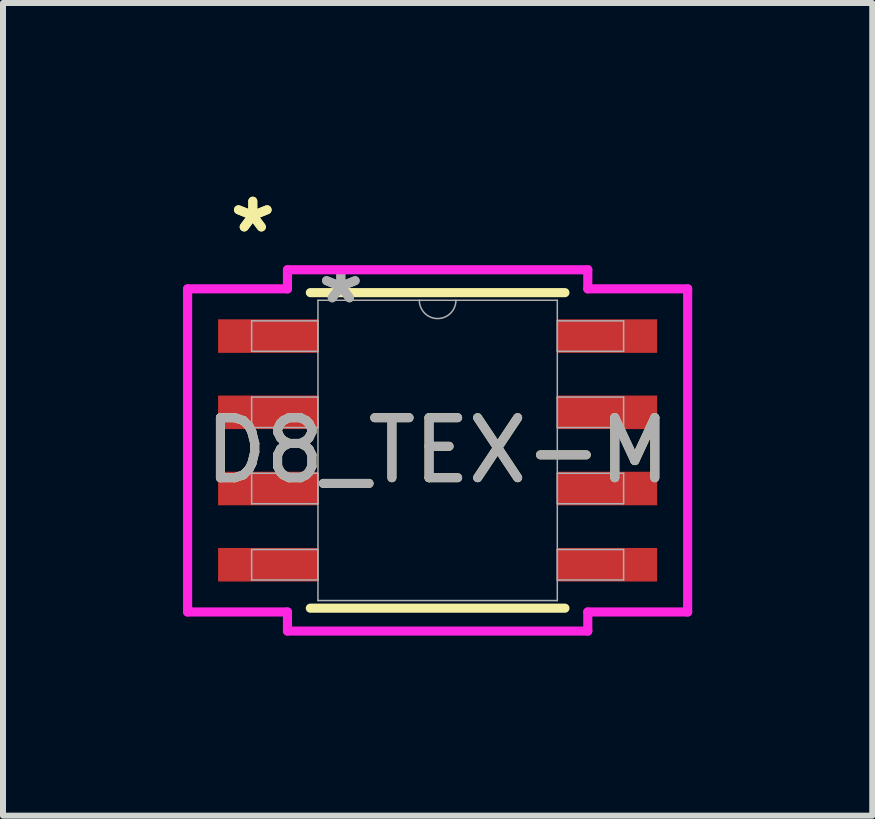
<source format=kicad_pcb>
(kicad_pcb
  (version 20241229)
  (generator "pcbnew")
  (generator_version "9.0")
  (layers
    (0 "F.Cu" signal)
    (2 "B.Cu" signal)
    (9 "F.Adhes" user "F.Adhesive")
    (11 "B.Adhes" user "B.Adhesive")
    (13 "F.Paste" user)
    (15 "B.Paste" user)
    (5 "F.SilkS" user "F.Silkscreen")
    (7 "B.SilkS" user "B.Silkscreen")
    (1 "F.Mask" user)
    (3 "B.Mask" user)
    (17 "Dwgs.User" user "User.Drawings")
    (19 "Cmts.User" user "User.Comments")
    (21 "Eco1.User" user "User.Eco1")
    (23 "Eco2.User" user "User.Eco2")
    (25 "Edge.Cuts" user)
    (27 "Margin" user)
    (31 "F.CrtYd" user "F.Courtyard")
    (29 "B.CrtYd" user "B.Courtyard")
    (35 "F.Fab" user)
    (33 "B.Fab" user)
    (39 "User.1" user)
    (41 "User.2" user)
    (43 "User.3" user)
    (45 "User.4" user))
  (footprint "D8_TEX-M"
    (layer "F.Cu")
    (at 4.242 4.455)
    (property "Reference" "D8_TEX-M" (at 0 0 0) (unlocked yes) (layer "F.SilkS") (effects (font (size 1 1) (thickness 0.15))))
    (attr smd)
    (fp_line (start -2.121 2.629) (end 2.121 2.629) (stroke (width 0.152) (type solid)) (layer "F.SilkS"))
    (fp_line (start 2.121 -2.629) (end -2.121 -2.629) (stroke (width 0.152) (type solid)) (layer "F.SilkS"))
    (fp_line (start -4.166 -2.692) (end -2.502 -2.692) (stroke (width 0.152) (type solid)) (layer "F.CrtYd"))
    (fp_line (start -4.166 2.692) (end -4.166 -2.692) (stroke (width 0.152) (type solid)) (layer "F.CrtYd"))
    (fp_line (start -4.166 2.692) (end -2.502 2.692) (stroke (width 0.152) (type solid)) (layer "F.CrtYd"))
    (fp_line (start -2.502 -3.01) (end 2.502 -3.01) (stroke (width 0.152) (type solid)) (layer "F.CrtYd"))
    (fp_line (start -2.502 -2.692) (end -2.502 -3.01) (stroke (width 0.152) (type solid)) (layer "F.CrtYd"))
    (fp_line (start -2.502 3.01) (end -2.502 2.692) (stroke (width 0.152) (type solid)) (layer "F.CrtYd"))
    (fp_line (start 2.502 -3.01) (end 2.502 -2.692) (stroke (width 0.152) (type solid)) (layer "F.CrtYd"))
    (fp_line (start 2.502 2.692) (end 2.502 3.01) (stroke (width 0.152) (type solid)) (layer "F.CrtYd"))
    (fp_line (start 2.502 3.01) (end -2.502 3.01) (stroke (width 0.152) (type solid)) (layer "F.CrtYd"))
    (fp_line (start 4.166 -2.692) (end 2.502 -2.692) (stroke (width 0.152) (type solid)) (layer "F.CrtYd"))
    (fp_line (start 4.166 -2.692) (end 4.166 2.692) (stroke (width 0.152) (type solid)) (layer "F.CrtYd"))
    (fp_line (start 4.166 2.692) (end 2.502 2.692) (stroke (width 0.152) (type solid)) (layer "F.CrtYd"))
    (fp_line (start -3.099 -2.159) (end -3.099 -1.651) (stroke (width 0.025) (type solid)) (layer "F.Fab"))
    (fp_line (start -3.099 -1.651) (end -1.994 -1.651) (stroke (width 0.025) (type solid)) (layer "F.Fab"))
    (fp_line (start -3.099 -0.889) (end -3.099 -0.381) (stroke (width 0.025) (type solid)) (layer "F.Fab"))
    (fp_line (start -3.099 -0.381) (end -1.994 -0.381) (stroke (width 0.025) (type solid)) (layer "F.Fab"))
    (fp_line (start -3.099 0.381) (end -3.099 0.889) (stroke (width 0.025) (type solid)) (layer "F.Fab"))
    (fp_line (start -3.099 0.889) (end -1.994 0.889) (stroke (width 0.025) (type solid)) (layer "F.Fab"))
    (fp_line (start -3.099 1.651) (end -3.099 2.159) (stroke (width 0.025) (type solid)) (layer "F.Fab"))
    (fp_line (start -3.099 2.159) (end -1.994 2.159) (stroke (width 0.025) (type solid)) (layer "F.Fab"))
    (fp_line (start -1.994 -2.502) (end -1.994 2.502) (stroke (width 0.025) (type solid)) (layer "F.Fab"))
    (fp_line (start -1.994 -2.159) (end -3.099 -2.159) (stroke (width 0.025) (type solid)) (layer "F.Fab"))
    (fp_line (start -1.994 -1.651) (end -1.994 -2.159) (stroke (width 0.025) (type solid)) (layer "F.Fab"))
    (fp_line (start -1.994 -0.889) (end -3.099 -0.889) (stroke (width 0.025) (type solid)) (layer "F.Fab"))
    (fp_line (start -1.994 -0.381) (end -1.994 -0.889) (stroke (width 0.025) (type solid)) (layer "F.Fab"))
    (fp_line (start -1.994 0.381) (end -3.099 0.381) (stroke (width 0.025) (type solid)) (layer "F.Fab"))
    (fp_line (start -1.994 0.889) (end -1.994 0.381) (stroke (width 0.025) (type solid)) (layer "F.Fab"))
    (fp_line (start -1.994 1.651) (end -3.099 1.651) (stroke (width 0.025) (type solid)) (layer "F.Fab"))
    (fp_line (start -1.994 2.159) (end -1.994 1.651) (stroke (width 0.025) (type solid)) (layer "F.Fab"))
    (fp_line (start -1.994 2.502) (end 1.994 2.502) (stroke (width 0.025) (type solid)) (layer "F.Fab"))
    (fp_line (start 1.994 -2.502) (end -1.994 -2.502) (stroke (width 0.025) (type solid)) (layer "F.Fab"))
    (fp_line (start 1.994 -2.159) (end 1.994 -1.651) (stroke (width 0.025) (type solid)) (layer "F.Fab"))
    (fp_line (start 1.994 -1.651) (end 3.099 -1.651) (stroke (width 0.025) (type solid)) (layer "F.Fab"))
    (fp_line (start 1.994 -0.889) (end 1.994 -0.381) (stroke (width 0.025) (type solid)) (layer "F.Fab"))
    (fp_line (start 1.994 -0.381) (end 3.099 -0.381) (stroke (width 0.025) (type solid)) (layer "F.Fab"))
    (fp_line (start 1.994 0.381) (end 1.994 0.889) (stroke (width 0.025) (type solid)) (layer "F.Fab"))
    (fp_line (start 1.994 0.889) (end 3.099 0.889) (stroke (width 0.025) (type solid)) (layer "F.Fab"))
    (fp_line (start 1.994 1.651) (end 1.994 2.159) (stroke (width 0.025) (type solid)) (layer "F.Fab"))
    (fp_line (start 1.994 2.159) (end 3.099 2.159) (stroke (width 0.025) (type solid)) (layer "F.Fab"))
    (fp_line (start 1.994 2.502) (end 1.994 -2.502) (stroke (width 0.025) (type solid)) (layer "F.Fab"))
    (fp_line (start 3.099 -2.159) (end 1.994 -2.159) (stroke (width 0.025) (type solid)) (layer "F.Fab"))
    (fp_line (start 3.099 -1.651) (end 3.099 -2.159) (stroke (width 0.025) (type solid)) (layer "F.Fab"))
    (fp_line (start 3.099 -0.889) (end 1.994 -0.889) (stroke (width 0.025) (type solid)) (layer "F.Fab"))
    (fp_line (start 3.099 -0.381) (end 3.099 -0.889) (stroke (width 0.025) (type solid)) (layer "F.Fab"))
    (fp_line (start 3.099 0.381) (end 1.994 0.381) (stroke (width 0.025) (type solid)) (layer "F.Fab"))
    (fp_line (start 3.099 0.889) (end 3.099 0.381) (stroke (width 0.025) (type solid)) (layer "F.Fab"))
    (fp_line (start 3.099 1.651) (end 1.994 1.651) (stroke (width 0.025) (type solid)) (layer "F.Fab"))
    (fp_line (start 3.099 2.159) (end 3.099 1.651) (stroke (width 0.025) (type solid)) (layer "F.Fab"))
    (fp_arc (start 0.3048 -2.5019) (mid 0 -2.1971) (end -0.3048 -2.5019) (stroke (width 0.0254) (type solid)) (layer "F.Fab"))
    (fp_text user "*" (at -3.08 -3.607 0) (unlocked yes) (layer "F.SilkS") (effects (font (size 1 1) (thickness 0.15))))
    (fp_text user "*" (at -3.08 -3.607 0) (layer "F.SilkS") (effects (font (size 1 1) (thickness 0.15))))
    (fp_text user "*" (at -1.613 -2.426 0) (unlocked yes) (layer "F.Fab") (effects (font (size 1 1) (thickness 0.15))))
    (fp_text user "${REFERENCE}" (at 0 0 0) (unlocked yes) (layer "F.Fab") (effects (font (size 1 1) (thickness 0.15))))
    (fp_text user "*" (at -1.613 -2.426 0) (layer "F.Fab") (effects (font (size 1 1) (thickness 0.15))))
    (pad "1" smd rect (at -2.826 -1.905) (size 1.664 0.559) (layers "F.Cu" "F.Mask" "F.Paste"))
    (pad "2" smd rect (at -2.826 -0.635) (size 1.664 0.559) (layers "F.Cu" "F.Mask" "F.Paste"))
    (pad "3" smd rect (at -2.826 0.635) (size 1.664 0.559) (layers "F.Cu" "F.Mask" "F.Paste"))
    (pad "4" smd rect (at -2.826 1.905) (size 1.664 0.559) (layers "F.Cu" "F.Mask" "F.Paste"))
    (pad "5" smd rect (at 2.826 1.905) (size 1.664 0.559) (layers "F.Cu" "F.Mask" "F.Paste"))
    (pad "6" smd rect (at 2.826 0.635) (size 1.664 0.559) (layers "F.Cu" "F.Mask" "F.Paste"))
    (pad "7" smd rect (at 2.826 -0.635) (size 1.664 0.559) (layers "F.Cu" "F.Mask" "F.Paste"))
    (pad "8" smd rect (at 2.826 -1.905) (size 1.664 0.559) (layers "F.Cu" "F.Mask" "F.Paste")))
  (gr_rect
    (start -3 -3)
    (end 11.484 10.541)
    (stroke (width 0.1) (type default))
    (fill no)
    (layer "Edge.Cuts")))
</source>
